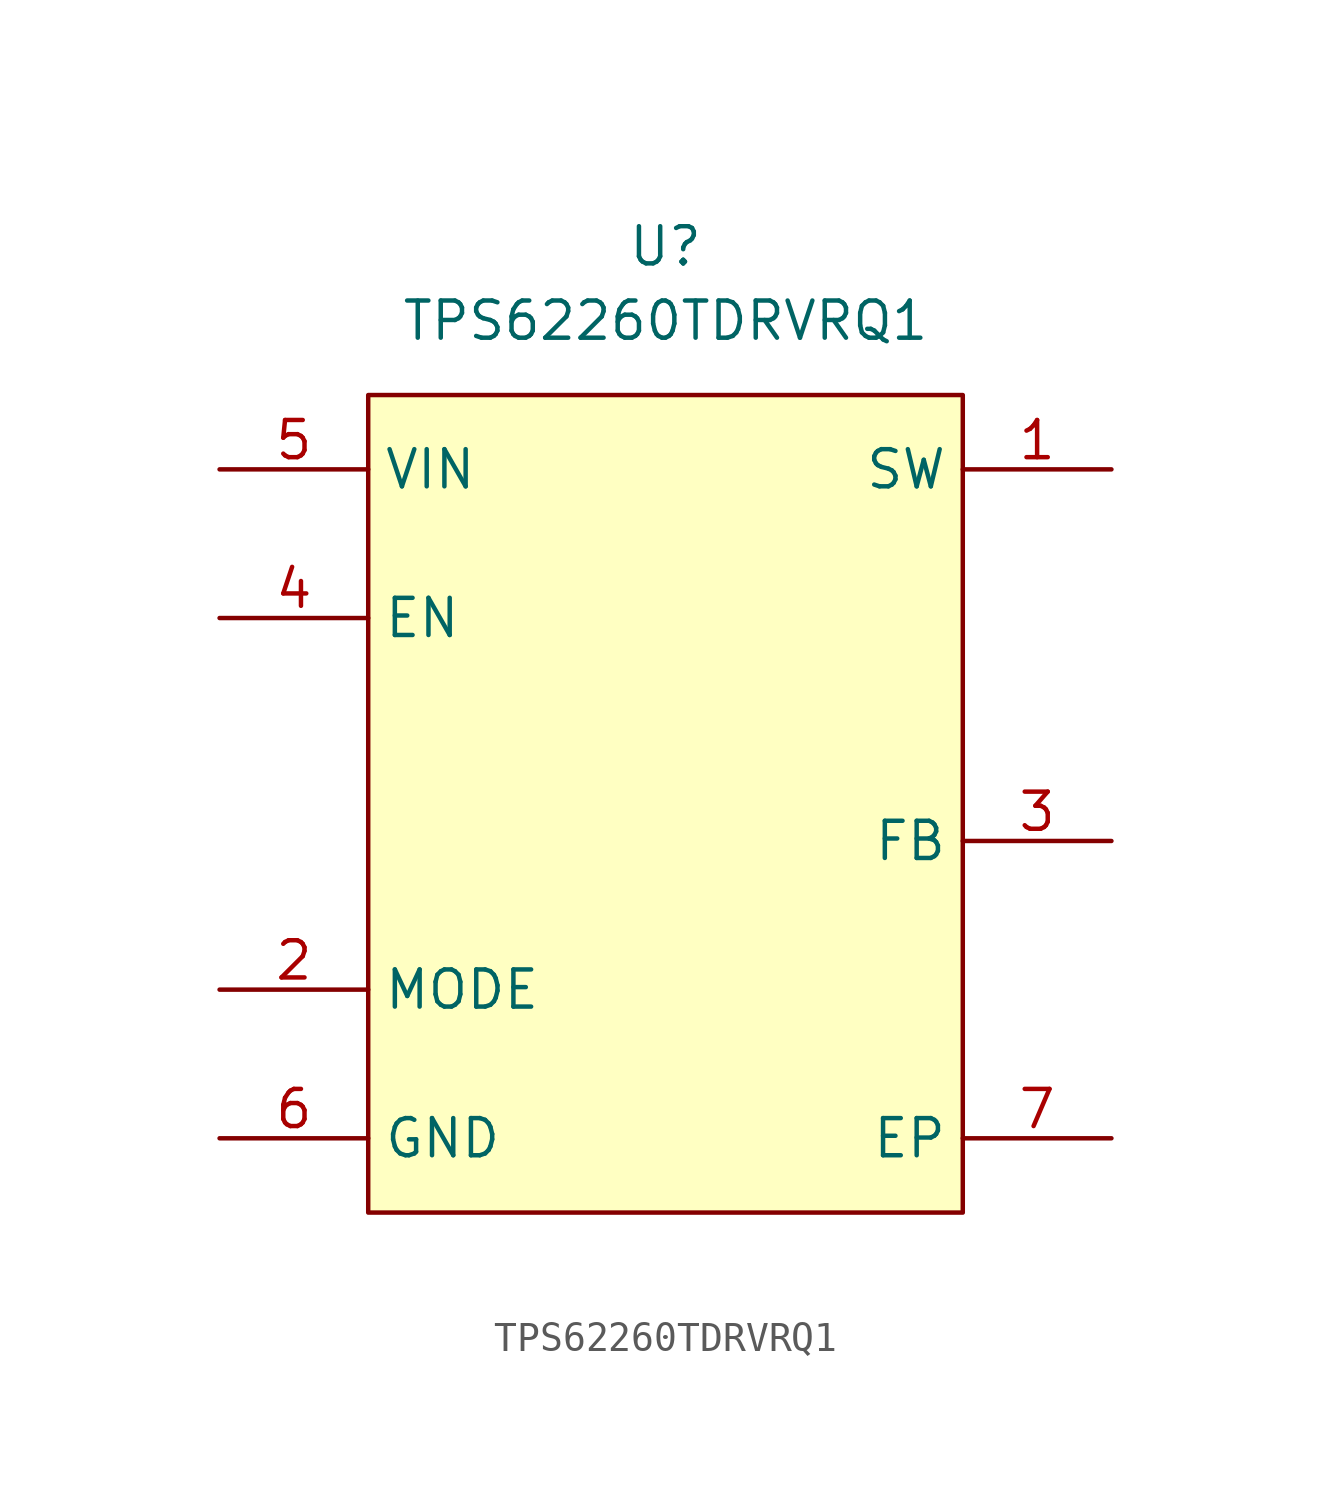
<source format=kicad_sym>
(kicad_symbol_lib
  (version 20241209)
  (generator "kicad_symbol_editor")
  (generator_version "9.0")
  (symbol "TPS62260TDRVRQ1"
    (property "Reference" "U"
      (at 0 5.08 0)
      (effects (font (size 1.27 1.27))))
    (property "Value" "TPS62260TDRVRQ1"
      (at 0 2.54 0)
      (effects (font (size 1.27 1.27))))
    (symbol "TPS62260TDRVRQ1_1_1"
      (rectangle (start -10.16 0) (end 10.16 -27.94) (stroke (width 0) (type solid)) (fill (type background)))
      (pin passive line (at -15.24 -2.54 0) (length 5.08) (name "VIN" (effects (font (size 1.27 1.27)))) (number "5" (effects (font (size 1.27 1.27)))))
      (pin passive line (at -15.24 -7.62 0) (length 5.08) (name "EN" (effects (font (size 1.27 1.27)))) (number "4" (effects (font (size 1.27 1.27)))))
      (pin passive line (at -15.24 -20.32 0) (length 5.08) (name "MODE" (effects (font (size 1.27 1.27)))) (number "2" (effects (font (size 1.27 1.27)))))
      (pin passive line (at -15.24 -25.4 0) (length 5.08) (name "GND" (effects (font (size 1.27 1.27)))) (number "6" (effects (font (size 1.27 1.27)))))
      (pin passive line (at 15.24 -2.54 180) (length 5.08) (name "SW" (effects (font (size 1.27 1.27)))) (number "1" (effects (font (size 1.27 1.27)))))
      (pin passive line (at 15.24 -15.24 180) (length 5.08) (name "FB" (effects (font (size 1.27 1.27)))) (number "3" (effects (font (size 1.27 1.27)))))
      (pin passive line (at 15.24 -25.4 180) (length 5.08) (name "EP" (effects (font (size 1.27 1.27)))) (number "7" (effects (font (size 1.27 1.27))))))))
</source>
